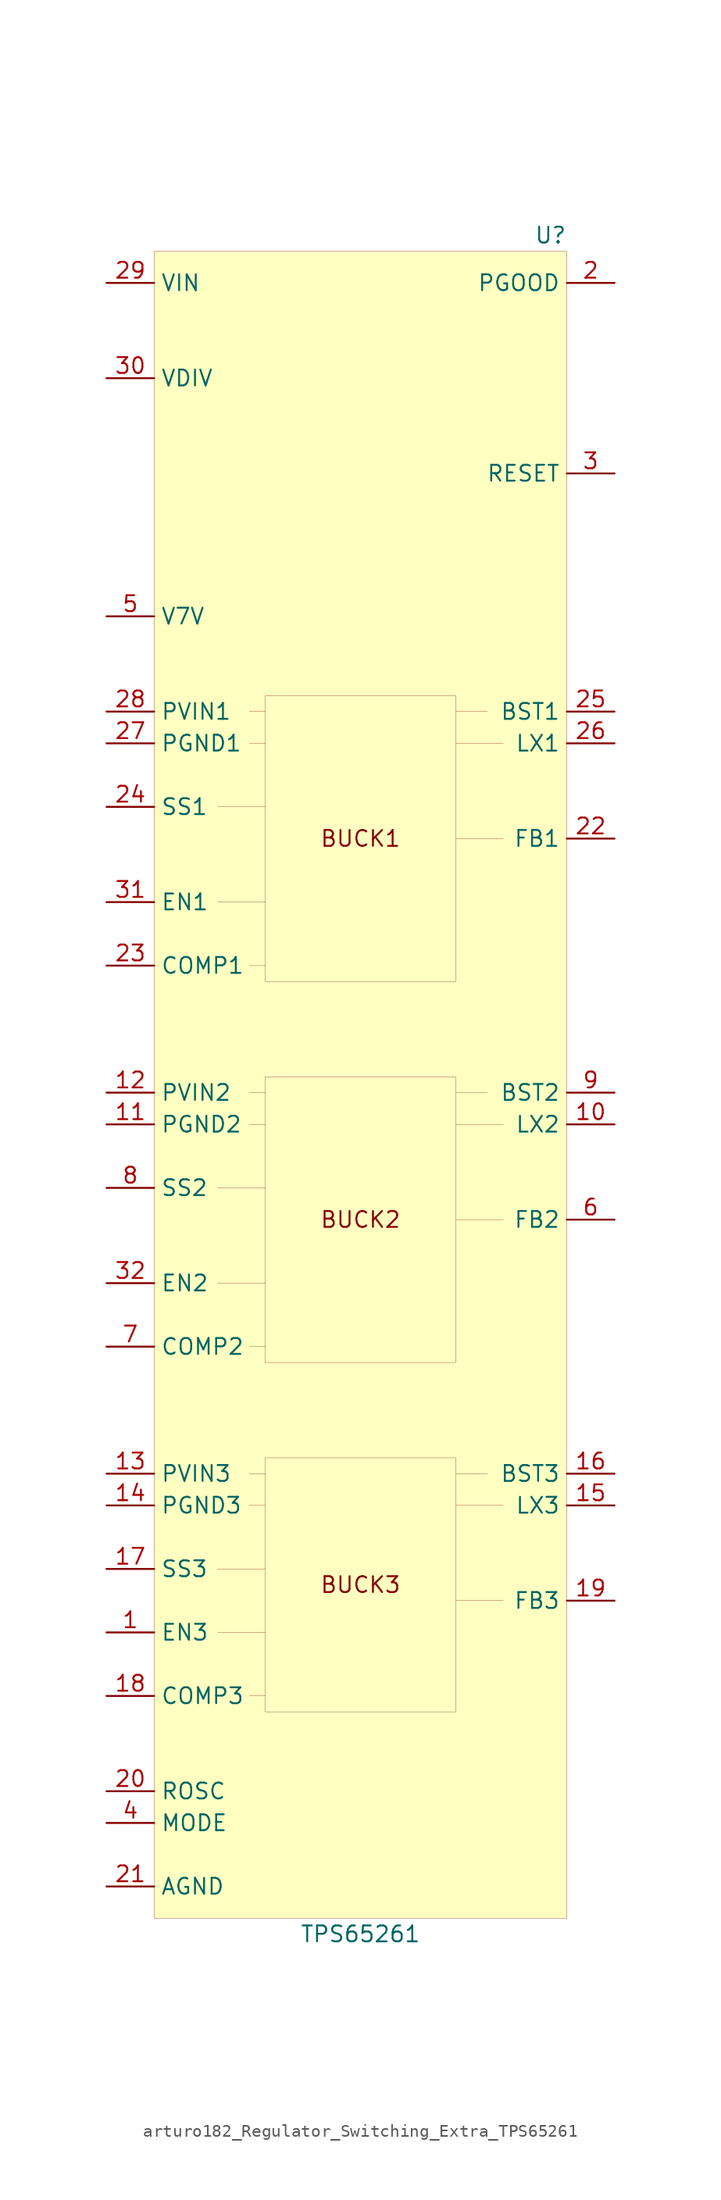
<source format=kicad_sym>
(kicad_symbol_lib
  (version 20220914)
  (generator kicad_symbol_editor)
  (symbol "Regulator_Switching_Extra:arturo182_Regulator_Switching_Extra_TPS65261"
    (property "Reference" "U"
      (at 16.51 63.5 0)
      (effects (font (size 1.27 1.27)) (justify right)))
    (property "Value" "TPS65261"
      (at 0 -72.39 0)
      (effects (font (size 1.27 1.27))))
    (symbol "arturo182_Regulator_Switching_Extra_TPS65261_0_0"
      (text "BUCK1" (at 0 15.24 0) (effects (font (size 1.27 1.27))))
      (text "BUCK2" (at 0 -15.24 0) (effects (font (size 1.27 1.27))))
      (text "BUCK3" (at 0 -44.45 0) (effects (font (size 1.27 1.27))))
      (polyline (pts (xy -7.62 -53.34) (xy -8.89 -53.34)) (stroke (width 0.001)) (fill (type none)))
      (polyline (pts (xy -7.62 -48.26) (xy -11.43 -48.26)) (stroke (width 0.001)) (fill (type none)))
      (polyline (pts (xy -7.62 -43.18) (xy -11.43 -43.18)) (stroke (width 0.001)) (fill (type none)))
      (polyline (pts (xy -7.62 -38.1) (xy -8.89 -38.1)) (stroke (width 0.001)) (fill (type none)))
      (polyline (pts (xy -7.62 -35.56) (xy -8.89 -35.56)) (stroke (width 0.001)) (fill (type none)))
      (polyline (pts (xy -7.62 -25.4) (xy -8.89 -25.4)) (stroke (width 0.001)) (fill (type none)))
      (polyline (pts (xy -7.62 -20.32) (xy -11.43 -20.32)) (stroke (width 0.001)) (fill (type none)))
      (polyline (pts (xy -7.62 -12.7) (xy -11.43 -12.7)) (stroke (width 0.001)) (fill (type none)))
      (polyline (pts (xy -7.62 -7.62) (xy -8.89 -7.62)) (stroke (width 0.001)) (fill (type none)))
      (polyline (pts (xy -7.62 -5.08) (xy -8.89 -5.08)) (stroke (width 0.001)) (fill (type none)))
      (polyline (pts (xy -7.62 5.08) (xy -8.89 5.08)) (stroke (width 0.001)) (fill (type none)))
      (polyline (pts (xy -7.62 10.16) (xy -11.43 10.16)) (stroke (width 0.001)) (fill (type none)))
      (polyline (pts (xy -7.62 17.78) (xy -11.43 17.78)) (stroke (width 0.001)) (fill (type none)))
      (polyline (pts (xy -7.62 22.86) (xy -8.89 22.86)) (stroke (width 0.001)) (fill (type none)))
      (polyline (pts (xy -7.62 25.4) (xy -8.89 25.4)) (stroke (width 0.001)) (fill (type none)))
      (polyline (pts (xy 10.16 -35.56) (xy 7.62 -35.56)) (stroke (width 0.001)) (fill (type none)))
      (polyline (pts (xy 10.16 -5.08) (xy 7.62 -5.08)) (stroke (width 0.001)) (fill (type none)))
      (polyline (pts (xy 10.16 25.4) (xy 7.62 25.4)) (stroke (width 0.001)) (fill (type none)))
      (polyline (pts (xy 11.43 -45.72) (xy 7.62 -45.72)) (stroke (width 0.001)) (fill (type none)))
      (polyline (pts (xy 11.43 -38.1) (xy 7.62 -38.1)) (stroke (width 0.001)) (fill (type none)))
      (polyline (pts (xy 11.43 -15.24) (xy 7.62 -15.24)) (stroke (width 0.001)) (fill (type none)))
      (polyline (pts (xy 11.43 -7.62) (xy 7.62 -7.62)) (stroke (width 0.001)) (fill (type none)))
      (polyline (pts (xy 11.43 15.24) (xy 7.62 15.24)) (stroke (width 0.001)) (fill (type none)))
      (polyline (pts (xy 11.43 22.86) (xy 7.62 22.86)) (stroke (width 0.001)) (fill (type none))))
    (symbol "arturo182_Regulator_Switching_Extra_TPS65261_0_1"
      (rectangle (start -7.62 -34.29) (end 7.62 -54.61) (stroke (width 0.001)) (fill (type none)))
      (rectangle (start -7.62 -3.81) (end 7.62 -26.67) (stroke (width 0.001)) (fill (type none)))
      (rectangle (start -7.62 26.67) (end 7.62 3.81) (stroke (width 0.001)) (fill (type none)))
      (rectangle (start -16.51 62.23) (end 16.51 -71.12) (stroke (width 0.001)) (fill (type background))))
    (symbol "arturo182_Regulator_Switching_Extra_TPS65261_1_1"
      (pin input line (at -20.32 -48.26 0) (length 3.81) (name "EN3" (effects (font (size 1.27 1.27)))) (number "1" (effects (font (size 1.27 1.27)))))
      (pin input line (at 20.32 -7.62 180) (length 3.81) (name "LX2" (effects (font (size 1.27 1.27)))) (number "10" (effects (font (size 1.27 1.27)))))
      (pin power_in line (at -20.32 -7.62 0) (length 3.81) (name "PGND2" (effects (font (size 1.27 1.27)))) (number "11" (effects (font (size 1.27 1.27)))))
      (pin power_in line (at -20.32 -5.08 0) (length 3.81) (name "PVIN2" (effects (font (size 1.27 1.27)))) (number "12" (effects (font (size 1.27 1.27)))))
      (pin power_in line (at -20.32 -35.56 0) (length 3.81) (name "PVIN3" (effects (font (size 1.27 1.27)))) (number "13" (effects (font (size 1.27 1.27)))))
      (pin power_in line (at -20.32 -38.1 0) (length 3.81) (name "PGND3" (effects (font (size 1.27 1.27)))) (number "14" (effects (font (size 1.27 1.27)))))
      (pin input line (at 20.32 -38.1 180) (length 3.81) (name "LX3" (effects (font (size 1.27 1.27)))) (number "15" (effects (font (size 1.27 1.27)))))
      (pin input line (at 20.32 -35.56 180) (length 3.81) (name "BST3" (effects (font (size 1.27 1.27)))) (number "16" (effects (font (size 1.27 1.27)))))
      (pin input line (at -20.32 -43.18 0) (length 3.81) (name "SS3" (effects (font (size 1.27 1.27)))) (number "17" (effects (font (size 1.27 1.27)))))
      (pin output line (at -20.32 -53.34 0) (length 3.81) (name "COMP3" (effects (font (size 1.27 1.27)))) (number "18" (effects (font (size 1.27 1.27)))))
      (pin input line (at 20.32 -45.72 180) (length 3.81) (name "FB3" (effects (font (size 1.27 1.27)))) (number "19" (effects (font (size 1.27 1.27)))))
      (pin open_collector line (at 20.32 59.69 180) (length 3.81) (name "PGOOD" (effects (font (size 1.27 1.27)))) (number "2" (effects (font (size 1.27 1.27)))))
      (pin input line (at -20.32 -60.96 0) (length 3.81) (name "ROSC" (effects (font (size 1.27 1.27)))) (number "20" (effects (font (size 1.27 1.27)))))
      (pin power_in line (at -20.32 -68.58 0) (length 3.81) (name "AGND" (effects (font (size 1.27 1.27)))) (number "21" (effects (font (size 1.27 1.27)))))
      (pin input line (at 20.32 15.24 180) (length 3.81) (name "FB1" (effects (font (size 1.27 1.27)))) (number "22" (effects (font (size 1.27 1.27)))))
      (pin output line (at -20.32 5.08 0) (length 3.81) (name "COMP1" (effects (font (size 1.27 1.27)))) (number "23" (effects (font (size 1.27 1.27)))))
      (pin input line (at -20.32 17.78 0) (length 3.81) (name "SS1" (effects (font (size 1.27 1.27)))) (number "24" (effects (font (size 1.27 1.27)))))
      (pin input line (at 20.32 25.4 180) (length 3.81) (name "BST1" (effects (font (size 1.27 1.27)))) (number "25" (effects (font (size 1.27 1.27)))))
      (pin input line (at 20.32 22.86 180) (length 3.81) (name "LX1" (effects (font (size 1.27 1.27)))) (number "26" (effects (font (size 1.27 1.27)))))
      (pin power_in line (at -20.32 22.86 0) (length 3.81) (name "PGND1" (effects (font (size 1.27 1.27)))) (number "27" (effects (font (size 1.27 1.27)))))
      (pin power_in line (at -20.32 25.4 0) (length 3.81) (name "PVIN1" (effects (font (size 1.27 1.27)))) (number "28" (effects (font (size 1.27 1.27)))))
      (pin power_in line (at -20.32 59.69 0) (length 3.81) (name "VIN" (effects (font (size 1.27 1.27)))) (number "29" (effects (font (size 1.27 1.27)))))
      (pin open_collector line (at 20.32 44.45 180) (length 3.81) (name "RESET" (effects (font (size 1.27 1.27)))) (number "3" (effects (font (size 1.27 1.27)))))
      (pin input line (at -20.32 52.07 0) (length 3.81) (name "VDIV" (effects (font (size 1.27 1.27)))) (number "30" (effects (font (size 1.27 1.27)))))
      (pin input line (at -20.32 10.16 0) (length 3.81) (name "EN1" (effects (font (size 1.27 1.27)))) (number "31" (effects (font (size 1.27 1.27)))))
      (pin input line (at -20.32 -20.32 0) (length 3.81) (name "EN2" (effects (font (size 1.27 1.27)))) (number "32" (effects (font (size 1.27 1.27)))))
      (pin passive line (at -20.32 -68.58 0) (length 3.81) hide (name "PAD" (effects (font (size 1.27 1.27)))) (number "33" (effects (font (size 1.27 1.27)))))
      (pin input line (at -20.32 -63.5 0) (length 3.81) (name "MODE" (effects (font (size 1.27 1.27)))) (number "4" (effects (font (size 1.27 1.27)))))
      (pin power_out line (at -20.32 33.02 0) (length 3.81) (name "V7V" (effects (font (size 1.27 1.27)))) (number "5" (effects (font (size 1.27 1.27)))))
      (pin input line (at 20.32 -15.24 180) (length 3.81) (name "FB2" (effects (font (size 1.27 1.27)))) (number "6" (effects (font (size 1.27 1.27)))))
      (pin output line (at -20.32 -25.4 0) (length 3.81) (name "COMP2" (effects (font (size 1.27 1.27)))) (number "7" (effects (font (size 1.27 1.27)))))
      (pin input line (at -20.32 -12.7 0) (length 3.81) (name "SS2" (effects (font (size 1.27 1.27)))) (number "8" (effects (font (size 1.27 1.27)))))
      (pin input line (at 20.32 -5.08 180) (length 3.81) (name "BST2" (effects (font (size 1.27 1.27)))) (number "9" (effects (font (size 1.27 1.27))))))))
</source>
